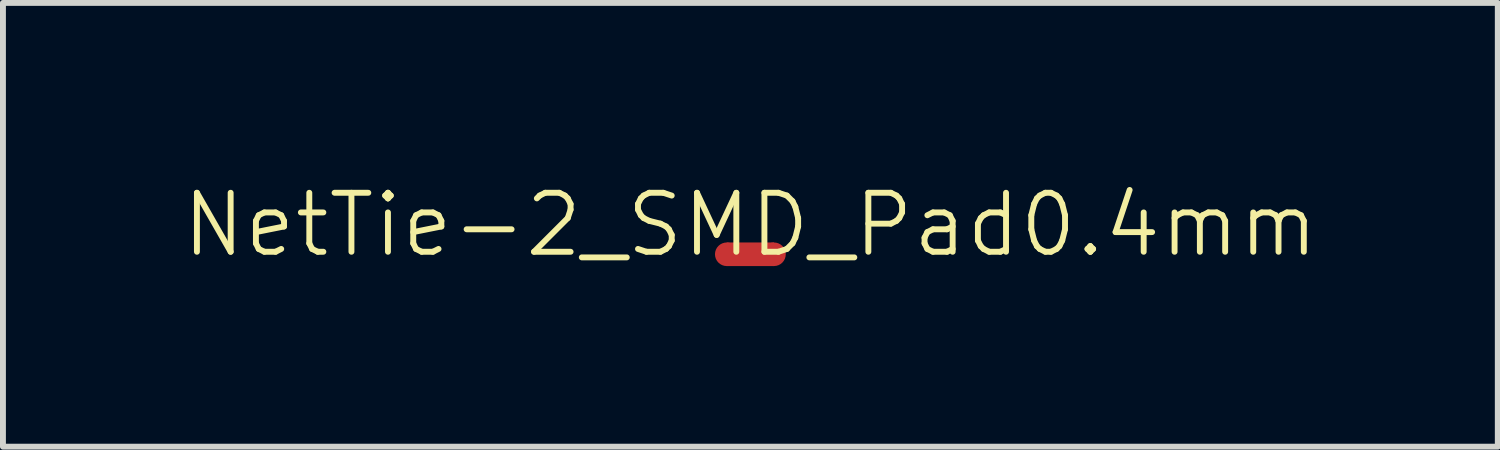
<source format=kicad_pcb>
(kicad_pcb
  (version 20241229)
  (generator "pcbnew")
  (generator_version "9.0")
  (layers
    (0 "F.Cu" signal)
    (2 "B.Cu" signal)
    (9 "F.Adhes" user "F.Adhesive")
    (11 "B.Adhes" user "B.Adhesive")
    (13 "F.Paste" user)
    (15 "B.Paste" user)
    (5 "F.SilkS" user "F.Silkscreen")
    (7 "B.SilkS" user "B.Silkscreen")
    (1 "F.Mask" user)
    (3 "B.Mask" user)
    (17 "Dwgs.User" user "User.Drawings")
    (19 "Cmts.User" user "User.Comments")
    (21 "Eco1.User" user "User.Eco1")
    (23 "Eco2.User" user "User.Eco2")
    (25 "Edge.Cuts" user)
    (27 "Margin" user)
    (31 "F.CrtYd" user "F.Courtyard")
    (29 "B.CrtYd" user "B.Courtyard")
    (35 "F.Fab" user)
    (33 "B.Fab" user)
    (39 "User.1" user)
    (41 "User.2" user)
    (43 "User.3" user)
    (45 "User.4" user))
  (footprint "NetTie-2_SMD_Pad0.4mm"
    (layer "F.Cu")
    (at 9.669 1.26)
    (property "Reference" "NetTie-2_SMD_Pad0.4mm" (at 0 -0.5 0) (unlocked yes) (layer "F.SilkS") (effects (font (size 1 1) (thickness 0.1))))
    (attr smd)
    (pad "1" smd circle (at -0.4 0) (size 0.4 0.4) (layers "F.Cu"))
    (pad "1" smd rect (at 0 0 270) (size 0.4 0.8) (layers "F.Cu"))
    (pad "2" smd circle (at 0.4 0) (size 0.4 0.4) (layers "F.Cu")))
  (gr_rect
    (start -3 -3)
    (end 22.338 4.521)
    (stroke (width 0.1) (type default))
    (fill no)
    (layer "Edge.Cuts")))
</source>
